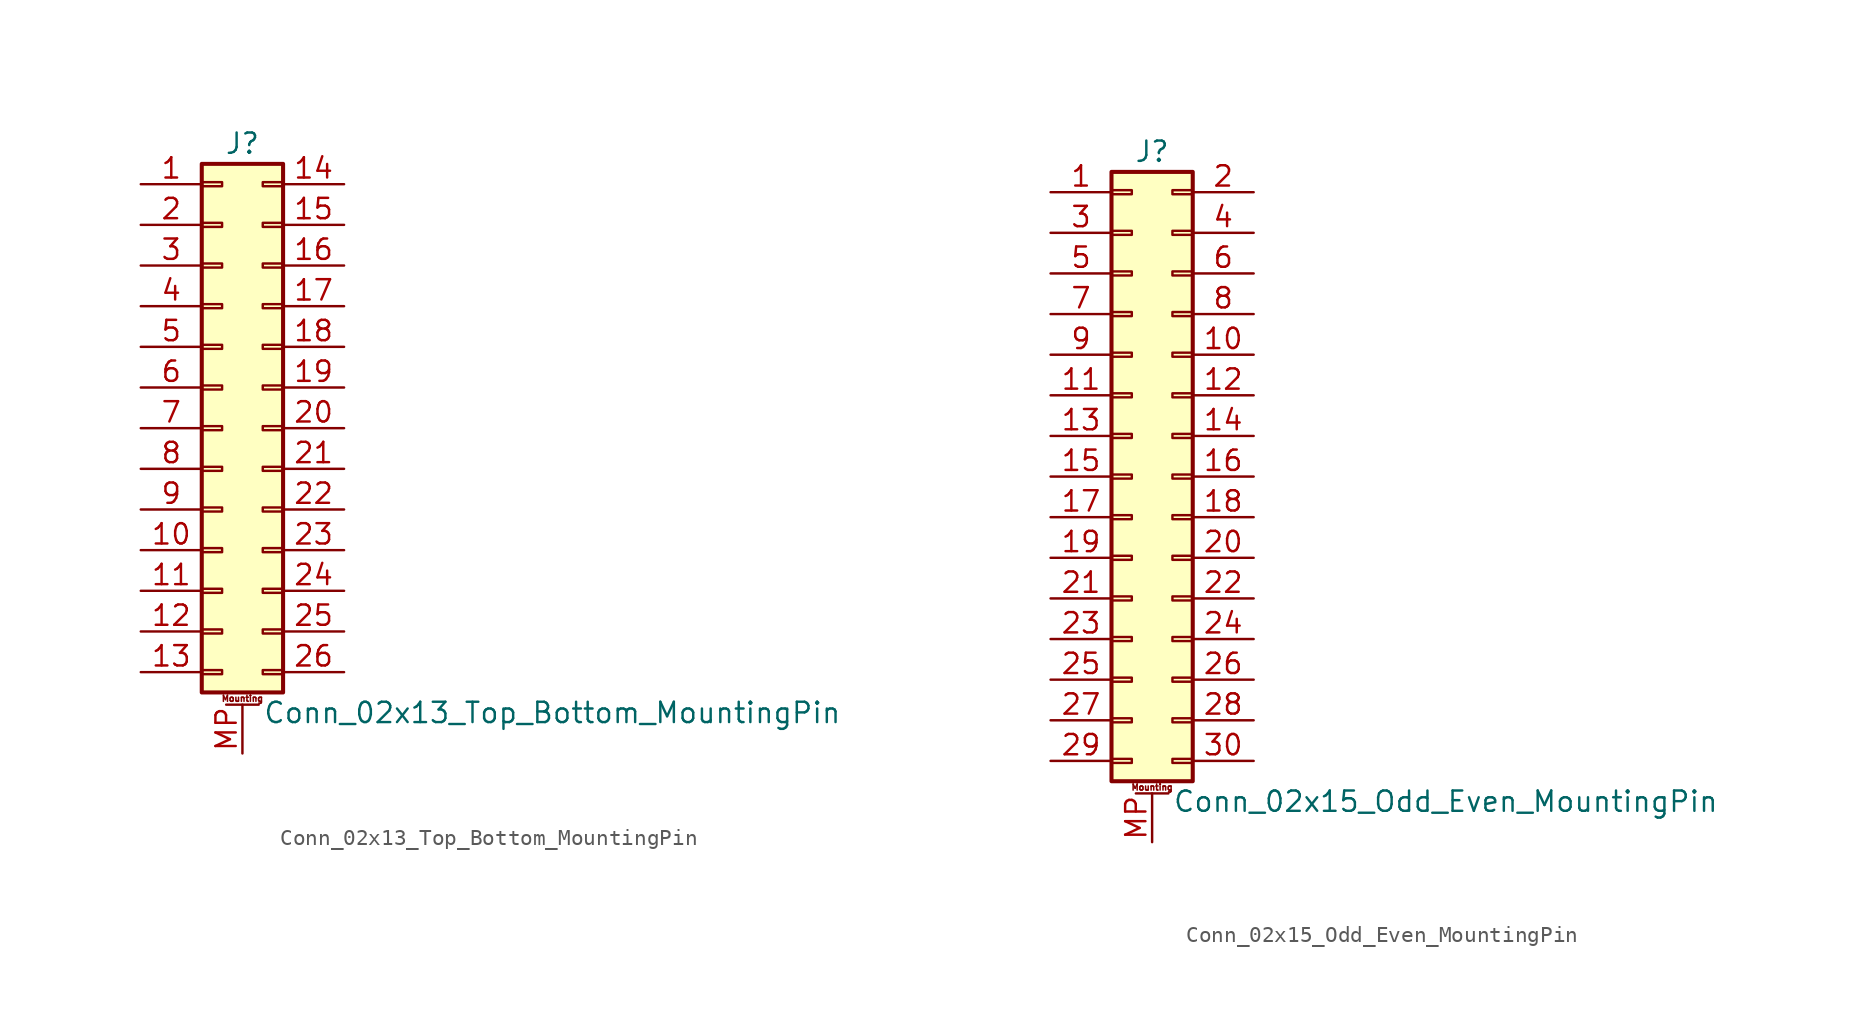
<source format=kicad_sym>
(kicad_symbol_lib
  (version 20201005)
  (generator kicad_symbol_editor)
  (symbol "Conn_02x13_Top_Bottom_MountingPin"
    (pin_names
      (offset 1.016) hide)
    (property "Reference" "J"
      (at 1.27 17.78 0)
      (effects (font (size 1.27 1.27))))
    (property "Value" "Conn_02x13_Top_Bottom_MountingPin"
      (at 2.54 -17.78 0)
      (effects (font (size 1.27 1.27)) (justify left)))
    (symbol "Conn_02x13_Top_Bottom_MountingPin_1_1"
      (text "Mounting" (at 1.27 -16.891 0) (effects (font (size 0.381 0.381))))
      (rectangle (start -1.27 -15.113) (end 0 -15.367) (stroke (width 0.152)) (fill (type none)))
      (rectangle (start -1.27 -12.573) (end 0 -12.827) (stroke (width 0.152)) (fill (type none)))
      (rectangle (start -1.27 -10.033) (end 0 -10.287) (stroke (width 0.152)) (fill (type none)))
      (rectangle (start -1.27 -7.493) (end 0 -7.747) (stroke (width 0.152)) (fill (type none)))
      (rectangle (start -1.27 -4.953) (end 0 -5.207) (stroke (width 0.152)) (fill (type none)))
      (rectangle (start -1.27 -2.413) (end 0 -2.667) (stroke (width 0.152)) (fill (type none)))
      (rectangle (start -1.27 0.127) (end 0 -0.127) (stroke (width 0.152)) (fill (type none)))
      (rectangle (start -1.27 2.667) (end 0 2.413) (stroke (width 0.152)) (fill (type none)))
      (rectangle (start -1.27 5.207) (end 0 4.953) (stroke (width 0.152)) (fill (type none)))
      (rectangle (start -1.27 7.747) (end 0 7.493) (stroke (width 0.152)) (fill (type none)))
      (rectangle (start -1.27 10.287) (end 0 10.033) (stroke (width 0.152)) (fill (type none)))
      (rectangle (start -1.27 12.827) (end 0 12.573) (stroke (width 0.152)) (fill (type none)))
      (rectangle (start -1.27 15.367) (end 0 15.113) (stroke (width 0.152)) (fill (type none)))
      (rectangle (start 3.81 -15.113) (end 2.54 -15.367) (stroke (width 0.152)) (fill (type none)))
      (rectangle (start 3.81 -12.573) (end 2.54 -12.827) (stroke (width 0.152)) (fill (type none)))
      (rectangle (start 3.81 -10.033) (end 2.54 -10.287) (stroke (width 0.152)) (fill (type none)))
      (rectangle (start 3.81 -7.493) (end 2.54 -7.747) (stroke (width 0.152)) (fill (type none)))
      (rectangle (start 3.81 -4.953) (end 2.54 -5.207) (stroke (width 0.152)) (fill (type none)))
      (rectangle (start 3.81 -2.413) (end 2.54 -2.667) (stroke (width 0.152)) (fill (type none)))
      (rectangle (start 3.81 0.127) (end 2.54 -0.127) (stroke (width 0.152)) (fill (type none)))
      (rectangle (start 3.81 2.667) (end 2.54 2.413) (stroke (width 0.152)) (fill (type none)))
      (rectangle (start 3.81 5.207) (end 2.54 4.953) (stroke (width 0.152)) (fill (type none)))
      (rectangle (start 3.81 7.747) (end 2.54 7.493) (stroke (width 0.152)) (fill (type none)))
      (rectangle (start 3.81 10.287) (end 2.54 10.033) (stroke (width 0.152)) (fill (type none)))
      (rectangle (start 3.81 12.827) (end 2.54 12.573) (stroke (width 0.152)) (fill (type none)))
      (rectangle (start 3.81 15.367) (end 2.54 15.113) (stroke (width 0.152)) (fill (type none)))
      (rectangle (start -1.27 16.51) (end 3.81 -16.51) (stroke (width 0.254)) (fill (type background)))
      (polyline (pts (xy 0.254 -17.272) (xy 2.286 -17.272)) (stroke (width 0.152)) (fill (type none)))
      (pin passive line (at -5.08 15.24 0) (length 3.81) (name "Pin_1" (effects (font (size 1.27 1.27)))) (number "1" (effects (font (size 1.27 1.27)))))
      (pin passive line (at -5.08 -7.62 0) (length 3.81) (name "Pin_10" (effects (font (size 1.27 1.27)))) (number "10" (effects (font (size 1.27 1.27)))))
      (pin passive line (at -5.08 -10.16 0) (length 3.81) (name "Pin_11" (effects (font (size 1.27 1.27)))) (number "11" (effects (font (size 1.27 1.27)))))
      (pin passive line (at -5.08 -12.7 0) (length 3.81) (name "Pin_12" (effects (font (size 1.27 1.27)))) (number "12" (effects (font (size 1.27 1.27)))))
      (pin passive line (at -5.08 -15.24 0) (length 3.81) (name "Pin_13" (effects (font (size 1.27 1.27)))) (number "13" (effects (font (size 1.27 1.27)))))
      (pin passive line (at 7.62 15.24 180) (length 3.81) (name "Pin_14" (effects (font (size 1.27 1.27)))) (number "14" (effects (font (size 1.27 1.27)))))
      (pin passive line (at 7.62 12.7 180) (length 3.81) (name "Pin_15" (effects (font (size 1.27 1.27)))) (number "15" (effects (font (size 1.27 1.27)))))
      (pin passive line (at 7.62 10.16 180) (length 3.81) (name "Pin_16" (effects (font (size 1.27 1.27)))) (number "16" (effects (font (size 1.27 1.27)))))
      (pin passive line (at 7.62 7.62 180) (length 3.81) (name "Pin_17" (effects (font (size 1.27 1.27)))) (number "17" (effects (font (size 1.27 1.27)))))
      (pin passive line (at 7.62 5.08 180) (length 3.81) (name "Pin_18" (effects (font (size 1.27 1.27)))) (number "18" (effects (font (size 1.27 1.27)))))
      (pin passive line (at 7.62 2.54 180) (length 3.81) (name "Pin_19" (effects (font (size 1.27 1.27)))) (number "19" (effects (font (size 1.27 1.27)))))
      (pin passive line (at -5.08 12.7 0) (length 3.81) (name "Pin_2" (effects (font (size 1.27 1.27)))) (number "2" (effects (font (size 1.27 1.27)))))
      (pin passive line (at 7.62 0 180) (length 3.81) (name "Pin_20" (effects (font (size 1.27 1.27)))) (number "20" (effects (font (size 1.27 1.27)))))
      (pin passive line (at 7.62 -2.54 180) (length 3.81) (name "Pin_21" (effects (font (size 1.27 1.27)))) (number "21" (effects (font (size 1.27 1.27)))))
      (pin passive line (at 7.62 -5.08 180) (length 3.81) (name "Pin_22" (effects (font (size 1.27 1.27)))) (number "22" (effects (font (size 1.27 1.27)))))
      (pin passive line (at 7.62 -7.62 180) (length 3.81) (name "Pin_23" (effects (font (size 1.27 1.27)))) (number "23" (effects (font (size 1.27 1.27)))))
      (pin passive line (at 7.62 -10.16 180) (length 3.81) (name "Pin_24" (effects (font (size 1.27 1.27)))) (number "24" (effects (font (size 1.27 1.27)))))
      (pin passive line (at 7.62 -12.7 180) (length 3.81) (name "Pin_25" (effects (font (size 1.27 1.27)))) (number "25" (effects (font (size 1.27 1.27)))))
      (pin passive line (at 7.62 -15.24 180) (length 3.81) (name "Pin_26" (effects (font (size 1.27 1.27)))) (number "26" (effects (font (size 1.27 1.27)))))
      (pin passive line (at -5.08 10.16 0) (length 3.81) (name "Pin_3" (effects (font (size 1.27 1.27)))) (number "3" (effects (font (size 1.27 1.27)))))
      (pin passive line (at -5.08 7.62 0) (length 3.81) (name "Pin_4" (effects (font (size 1.27 1.27)))) (number "4" (effects (font (size 1.27 1.27)))))
      (pin passive line (at -5.08 5.08 0) (length 3.81) (name "Pin_5" (effects (font (size 1.27 1.27)))) (number "5" (effects (font (size 1.27 1.27)))))
      (pin passive line (at -5.08 2.54 0) (length 3.81) (name "Pin_6" (effects (font (size 1.27 1.27)))) (number "6" (effects (font (size 1.27 1.27)))))
      (pin passive line (at -5.08 0 0) (length 3.81) (name "Pin_7" (effects (font (size 1.27 1.27)))) (number "7" (effects (font (size 1.27 1.27)))))
      (pin passive line (at -5.08 -2.54 0) (length 3.81) (name "Pin_8" (effects (font (size 1.27 1.27)))) (number "8" (effects (font (size 1.27 1.27)))))
      (pin passive line (at -5.08 -5.08 0) (length 3.81) (name "Pin_9" (effects (font (size 1.27 1.27)))) (number "9" (effects (font (size 1.27 1.27)))))
      (pin passive line (at 1.27 -20.32 90) (length 3.048) (name "MountPin" (effects (font (size 1.27 1.27)))) (number "MP" (effects (font (size 1.27 1.27)))))))
  (symbol "Conn_02x15_Odd_Even_MountingPin"
    (pin_names
      (offset 1.016) hide)
    (property "Reference" "J"
      (at 1.27 20.32 0)
      (effects (font (size 1.27 1.27))))
    (property "Value" "Conn_02x15_Odd_Even_MountingPin"
      (at 2.54 -20.32 0)
      (effects (font (size 1.27 1.27)) (justify left)))
    (symbol "Conn_02x15_Odd_Even_MountingPin_1_1"
      (text "Mounting" (at 1.27 -19.431 0) (effects (font (size 0.381 0.381))))
      (rectangle (start -1.27 -17.653) (end 0 -17.907) (stroke (width 0.152)) (fill (type none)))
      (rectangle (start -1.27 -15.113) (end 0 -15.367) (stroke (width 0.152)) (fill (type none)))
      (rectangle (start -1.27 -12.573) (end 0 -12.827) (stroke (width 0.152)) (fill (type none)))
      (rectangle (start -1.27 -10.033) (end 0 -10.287) (stroke (width 0.152)) (fill (type none)))
      (rectangle (start -1.27 -7.493) (end 0 -7.747) (stroke (width 0.152)) (fill (type none)))
      (rectangle (start -1.27 -4.953) (end 0 -5.207) (stroke (width 0.152)) (fill (type none)))
      (rectangle (start -1.27 -2.413) (end 0 -2.667) (stroke (width 0.152)) (fill (type none)))
      (rectangle (start -1.27 0.127) (end 0 -0.127) (stroke (width 0.152)) (fill (type none)))
      (rectangle (start -1.27 2.667) (end 0 2.413) (stroke (width 0.152)) (fill (type none)))
      (rectangle (start -1.27 5.207) (end 0 4.953) (stroke (width 0.152)) (fill (type none)))
      (rectangle (start -1.27 7.747) (end 0 7.493) (stroke (width 0.152)) (fill (type none)))
      (rectangle (start -1.27 10.287) (end 0 10.033) (stroke (width 0.152)) (fill (type none)))
      (rectangle (start -1.27 12.827) (end 0 12.573) (stroke (width 0.152)) (fill (type none)))
      (rectangle (start -1.27 15.367) (end 0 15.113) (stroke (width 0.152)) (fill (type none)))
      (rectangle (start -1.27 17.907) (end 0 17.653) (stroke (width 0.152)) (fill (type none)))
      (rectangle (start 3.81 -17.653) (end 2.54 -17.907) (stroke (width 0.152)) (fill (type none)))
      (rectangle (start 3.81 -15.113) (end 2.54 -15.367) (stroke (width 0.152)) (fill (type none)))
      (rectangle (start 3.81 -12.573) (end 2.54 -12.827) (stroke (width 0.152)) (fill (type none)))
      (rectangle (start 3.81 -10.033) (end 2.54 -10.287) (stroke (width 0.152)) (fill (type none)))
      (rectangle (start 3.81 -7.493) (end 2.54 -7.747) (stroke (width 0.152)) (fill (type none)))
      (rectangle (start 3.81 -4.953) (end 2.54 -5.207) (stroke (width 0.152)) (fill (type none)))
      (rectangle (start 3.81 -2.413) (end 2.54 -2.667) (stroke (width 0.152)) (fill (type none)))
      (rectangle (start 3.81 0.127) (end 2.54 -0.127) (stroke (width 0.152)) (fill (type none)))
      (rectangle (start 3.81 2.667) (end 2.54 2.413) (stroke (width 0.152)) (fill (type none)))
      (rectangle (start 3.81 5.207) (end 2.54 4.953) (stroke (width 0.152)) (fill (type none)))
      (rectangle (start 3.81 7.747) (end 2.54 7.493) (stroke (width 0.152)) (fill (type none)))
      (rectangle (start 3.81 10.287) (end 2.54 10.033) (stroke (width 0.152)) (fill (type none)))
      (rectangle (start 3.81 12.827) (end 2.54 12.573) (stroke (width 0.152)) (fill (type none)))
      (rectangle (start 3.81 15.367) (end 2.54 15.113) (stroke (width 0.152)) (fill (type none)))
      (rectangle (start 3.81 17.907) (end 2.54 17.653) (stroke (width 0.152)) (fill (type none)))
      (rectangle (start -1.27 19.05) (end 3.81 -19.05) (stroke (width 0.254)) (fill (type background)))
      (polyline (pts (xy 0.254 -19.812) (xy 2.286 -19.812)) (stroke (width 0.152)) (fill (type none)))
      (pin passive line (at -5.08 17.78 0) (length 3.81) (name "Pin_1" (effects (font (size 1.27 1.27)))) (number "1" (effects (font (size 1.27 1.27)))))
      (pin passive line (at 7.62 7.62 180) (length 3.81) (name "Pin_10" (effects (font (size 1.27 1.27)))) (number "10" (effects (font (size 1.27 1.27)))))
      (pin passive line (at -5.08 5.08 0) (length 3.81) (name "Pin_11" (effects (font (size 1.27 1.27)))) (number "11" (effects (font (size 1.27 1.27)))))
      (pin passive line (at 7.62 5.08 180) (length 3.81) (name "Pin_12" (effects (font (size 1.27 1.27)))) (number "12" (effects (font (size 1.27 1.27)))))
      (pin passive line (at -5.08 2.54 0) (length 3.81) (name "Pin_13" (effects (font (size 1.27 1.27)))) (number "13" (effects (font (size 1.27 1.27)))))
      (pin passive line (at 7.62 2.54 180) (length 3.81) (name "Pin_14" (effects (font (size 1.27 1.27)))) (number "14" (effects (font (size 1.27 1.27)))))
      (pin passive line (at -5.08 0 0) (length 3.81) (name "Pin_15" (effects (font (size 1.27 1.27)))) (number "15" (effects (font (size 1.27 1.27)))))
      (pin passive line (at 7.62 0 180) (length 3.81) (name "Pin_16" (effects (font (size 1.27 1.27)))) (number "16" (effects (font (size 1.27 1.27)))))
      (pin passive line (at -5.08 -2.54 0) (length 3.81) (name "Pin_17" (effects (font (size 1.27 1.27)))) (number "17" (effects (font (size 1.27 1.27)))))
      (pin passive line (at 7.62 -2.54 180) (length 3.81) (name "Pin_18" (effects (font (size 1.27 1.27)))) (number "18" (effects (font (size 1.27 1.27)))))
      (pin passive line (at -5.08 -5.08 0) (length 3.81) (name "Pin_19" (effects (font (size 1.27 1.27)))) (number "19" (effects (font (size 1.27 1.27)))))
      (pin passive line (at 7.62 17.78 180) (length 3.81) (name "Pin_2" (effects (font (size 1.27 1.27)))) (number "2" (effects (font (size 1.27 1.27)))))
      (pin passive line (at 7.62 -5.08 180) (length 3.81) (name "Pin_20" (effects (font (size 1.27 1.27)))) (number "20" (effects (font (size 1.27 1.27)))))
      (pin passive line (at -5.08 -7.62 0) (length 3.81) (name "Pin_21" (effects (font (size 1.27 1.27)))) (number "21" (effects (font (size 1.27 1.27)))))
      (pin passive line (at 7.62 -7.62 180) (length 3.81) (name "Pin_22" (effects (font (size 1.27 1.27)))) (number "22" (effects (font (size 1.27 1.27)))))
      (pin passive line (at -5.08 -10.16 0) (length 3.81) (name "Pin_23" (effects (font (size 1.27 1.27)))) (number "23" (effects (font (size 1.27 1.27)))))
      (pin passive line (at 7.62 -10.16 180) (length 3.81) (name "Pin_24" (effects (font (size 1.27 1.27)))) (number "24" (effects (font (size 1.27 1.27)))))
      (pin passive line (at -5.08 -12.7 0) (length 3.81) (name "Pin_25" (effects (font (size 1.27 1.27)))) (number "25" (effects (font (size 1.27 1.27)))))
      (pin passive line (at 7.62 -12.7 180) (length 3.81) (name "Pin_26" (effects (font (size 1.27 1.27)))) (number "26" (effects (font (size 1.27 1.27)))))
      (pin passive line (at -5.08 -15.24 0) (length 3.81) (name "Pin_27" (effects (font (size 1.27 1.27)))) (number "27" (effects (font (size 1.27 1.27)))))
      (pin passive line (at 7.62 -15.24 180) (length 3.81) (name "Pin_28" (effects (font (size 1.27 1.27)))) (number "28" (effects (font (size 1.27 1.27)))))
      (pin passive line (at -5.08 -17.78 0) (length 3.81) (name "Pin_29" (effects (font (size 1.27 1.27)))) (number "29" (effects (font (size 1.27 1.27)))))
      (pin passive line (at -5.08 15.24 0) (length 3.81) (name "Pin_3" (effects (font (size 1.27 1.27)))) (number "3" (effects (font (size 1.27 1.27)))))
      (pin passive line (at 7.62 -17.78 180) (length 3.81) (name "Pin_30" (effects (font (size 1.27 1.27)))) (number "30" (effects (font (size 1.27 1.27)))))
      (pin passive line (at 7.62 15.24 180) (length 3.81) (name "Pin_4" (effects (font (size 1.27 1.27)))) (number "4" (effects (font (size 1.27 1.27)))))
      (pin passive line (at -5.08 12.7 0) (length 3.81) (name "Pin_5" (effects (font (size 1.27 1.27)))) (number "5" (effects (font (size 1.27 1.27)))))
      (pin passive line (at 7.62 12.7 180) (length 3.81) (name "Pin_6" (effects (font (size 1.27 1.27)))) (number "6" (effects (font (size 1.27 1.27)))))
      (pin passive line (at -5.08 10.16 0) (length 3.81) (name "Pin_7" (effects (font (size 1.27 1.27)))) (number "7" (effects (font (size 1.27 1.27)))))
      (pin passive line (at 7.62 10.16 180) (length 3.81) (name "Pin_8" (effects (font (size 1.27 1.27)))) (number "8" (effects (font (size 1.27 1.27)))))
      (pin passive line (at -5.08 7.62 0) (length 3.81) (name "Pin_9" (effects (font (size 1.27 1.27)))) (number "9" (effects (font (size 1.27 1.27)))))
      (pin passive line (at 1.27 -22.86 90) (length 3.048) (name "MountPin" (effects (font (size 1.27 1.27)))) (number "MP" (effects (font (size 1.27 1.27))))))))
</source>
